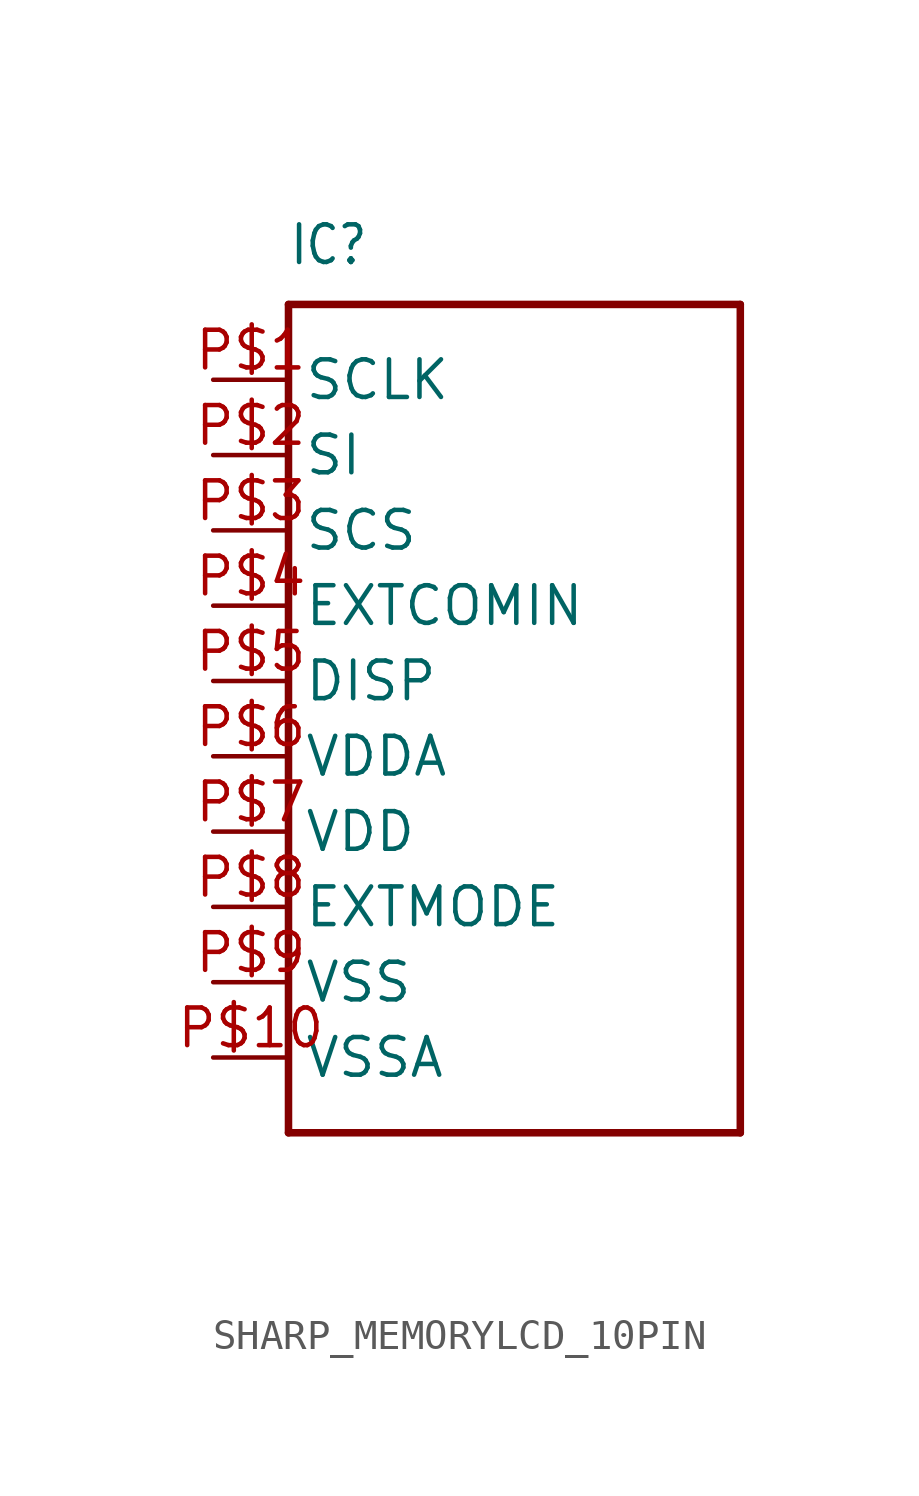
<source format=kicad_sym>
(kicad_symbol_lib
  (version 20231120)
  (generator "kicad_symbol_editor")
  (generator_version "8.0")
  (symbol "SHARP_MEMORYLCD_10PIN"
    (property "Reference" "IC"
      (at -7.62 13.97 0)
      (effects (font (size 1.27 1.079)) (justify left bottom)))
    (property "Value" ""
      (at -7.62 -17.78 0)
      (effects (font (size 1.27 1.079)) (justify left bottom)))
    (property "ki_locked" ""
      (at 0 0 0)
      (effects (font (size 1.27 1.27))))
    (symbol "SHARP_MEMORYLCD_10PIN_1_0"
      (polyline (pts (xy -7.62 -15.24) (xy -7.62 12.7)) (stroke (width 0.254) (type solid)) (fill (type none)))
      (polyline (pts (xy -7.62 12.7) (xy 7.62 12.7)) (stroke (width 0.254) (type solid)) (fill (type none)))
      (polyline (pts (xy 7.62 -15.24) (xy -7.62 -15.24)) (stroke (width 0.254) (type solid)) (fill (type none)))
      (polyline (pts (xy 7.62 12.7) (xy 7.62 -15.24)) (stroke (width 0.254) (type solid)) (fill (type none)))
      (pin input line (at -10.16 10.16 0) (length 2.54) (name "SCLK" (effects (font (size 1.27 1.27)))) (number "P$1" (effects (font (size 1.27 1.27)))))
      (pin power_in line (at -10.16 -12.7 0) (length 2.54) (name "VSSA" (effects (font (size 1.27 1.27)))) (number "P$10" (effects (font (size 1.27 1.27)))))
      (pin input line (at -10.16 7.62 0) (length 2.54) (name "SI" (effects (font (size 1.27 1.27)))) (number "P$2" (effects (font (size 1.27 1.27)))))
      (pin input line (at -10.16 5.08 0) (length 2.54) (name "SCS" (effects (font (size 1.27 1.27)))) (number "P$3" (effects (font (size 1.27 1.27)))))
      (pin input line (at -10.16 2.54 0) (length 2.54) (name "EXTCOMIN" (effects (font (size 1.27 1.27)))) (number "P$4" (effects (font (size 1.27 1.27)))))
      (pin input line (at -10.16 0 0) (length 2.54) (name "DISP" (effects (font (size 1.27 1.27)))) (number "P$5" (effects (font (size 1.27 1.27)))))
      (pin power_in line (at -10.16 -2.54 0) (length 2.54) (name "VDDA" (effects (font (size 1.27 1.27)))) (number "P$6" (effects (font (size 1.27 1.27)))))
      (pin power_in line (at -10.16 -5.08 0) (length 2.54) (name "VDD" (effects (font (size 1.27 1.27)))) (number "P$7" (effects (font (size 1.27 1.27)))))
      (pin input line (at -10.16 -7.62 0) (length 2.54) (name "EXTMODE" (effects (font (size 1.27 1.27)))) (number "P$8" (effects (font (size 1.27 1.27)))))
      (pin power_in line (at -10.16 -10.16 0) (length 2.54) (name "VSS" (effects (font (size 1.27 1.27)))) (number "P$9" (effects (font (size 1.27 1.27))))))))
</source>
